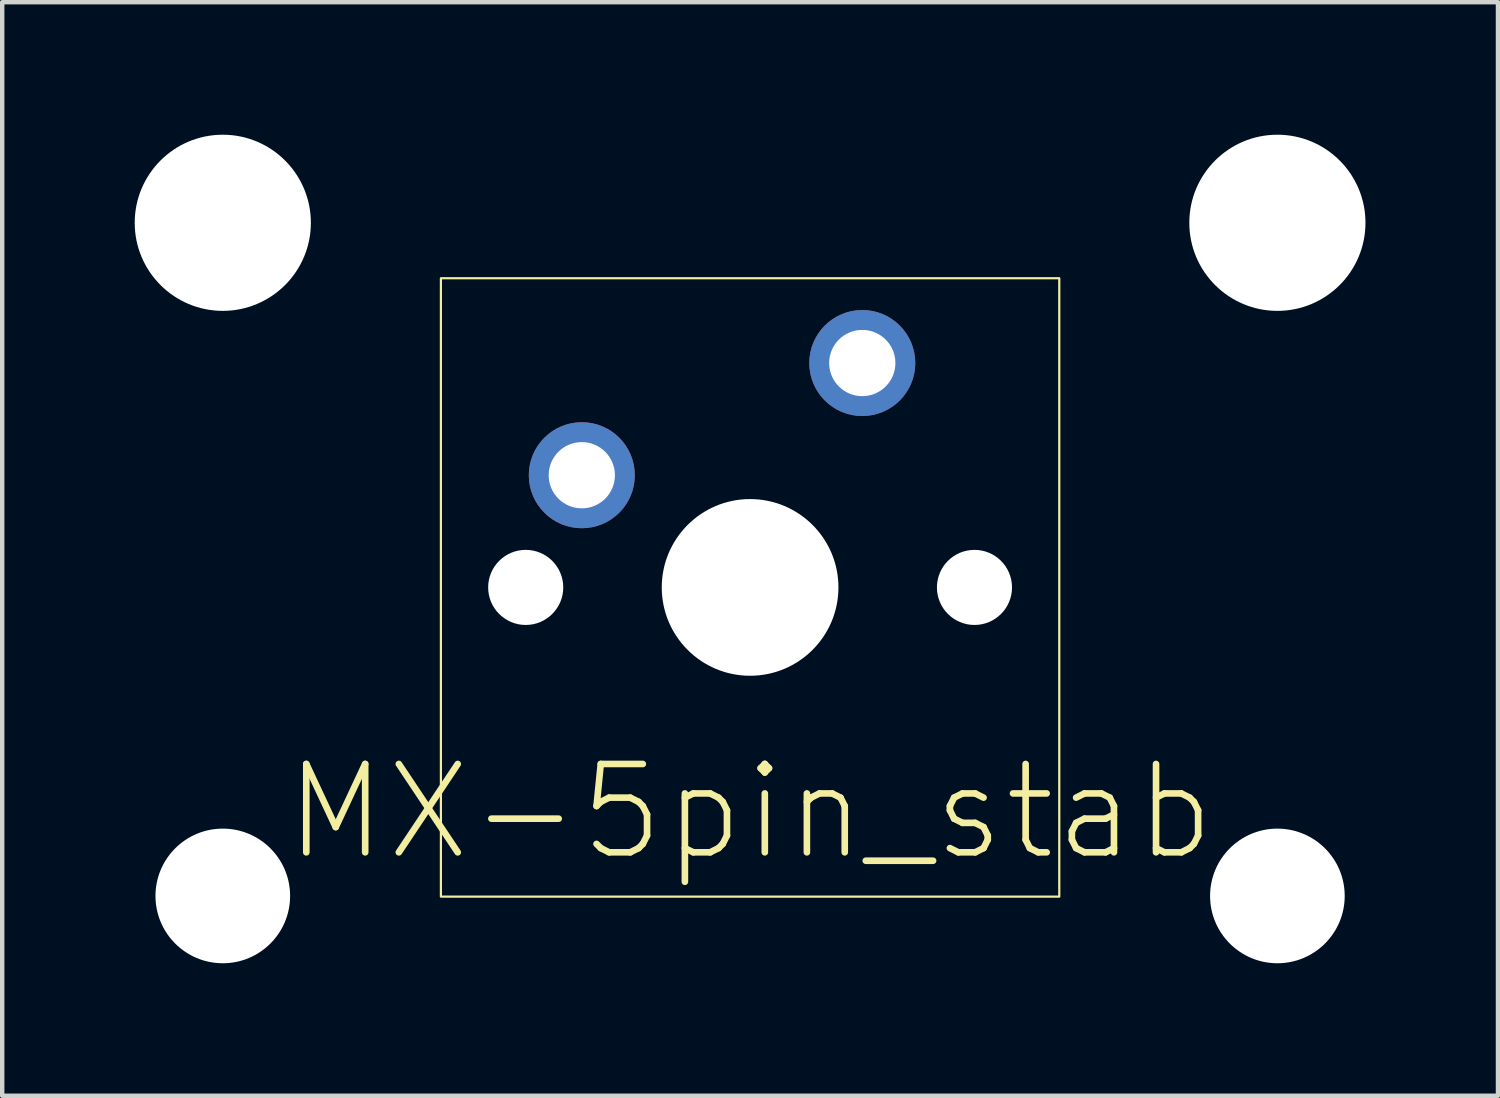
<source format=kicad_pcb>
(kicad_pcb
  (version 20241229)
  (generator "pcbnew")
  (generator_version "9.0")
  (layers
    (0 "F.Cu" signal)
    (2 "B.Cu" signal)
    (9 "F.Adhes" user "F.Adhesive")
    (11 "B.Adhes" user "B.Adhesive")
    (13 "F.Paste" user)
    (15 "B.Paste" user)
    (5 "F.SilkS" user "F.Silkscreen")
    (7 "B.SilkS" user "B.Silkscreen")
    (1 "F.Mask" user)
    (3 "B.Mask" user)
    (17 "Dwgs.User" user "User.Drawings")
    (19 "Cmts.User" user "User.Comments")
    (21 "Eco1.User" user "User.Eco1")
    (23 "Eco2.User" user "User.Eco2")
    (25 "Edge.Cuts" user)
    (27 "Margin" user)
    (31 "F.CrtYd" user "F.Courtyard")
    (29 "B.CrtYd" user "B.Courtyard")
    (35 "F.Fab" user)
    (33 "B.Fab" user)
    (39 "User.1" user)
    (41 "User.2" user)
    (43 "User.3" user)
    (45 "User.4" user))
  (footprint "MX-5pin_stab"
    (layer "F.Cu")
    (at 13.932 10.249)
    (property "Reference" "MX-5pin_stab" (at 0 5.08 0) (unlocked yes) (layer "F.SilkS") (effects (font (size 2 2) (thickness 0.15))))
    (attr through_hole)
    (fp_rect (start -7 -7) (end 7 7) (stroke (width 0.05) (type solid)) (fill no) (layer "F.SilkS"))
    (pad "" np_thru_hole circle (at -11.938 -8.255 180) (size 3.988 3.988) (drill 3.988) (layers "*.Cu" "*.Mask"))
    (pad "" np_thru_hole circle (at -11.938 6.985 180) (size 3.048 3.048) (drill 3.048) (layers "*.Cu" "*.Mask"))
    (pad "" np_thru_hole circle (at -5.08 0) (size 1.7 1.7) (drill 1.7) (layers "*.Cu" "*.Mask"))
    (pad "" np_thru_hole circle (at 0 0) (size 4 4) (drill 4) (layers "*.Cu" "*.Mask"))
    (pad "" np_thru_hole circle (at 5.08 0) (size 1.7 1.7) (drill 1.7) (layers "*.Cu" "*.Mask"))
    (pad "" np_thru_hole circle (at 11.938 -8.255 180) (size 3.988 3.988) (drill 3.988) (layers "*.Cu" "*.Mask"))
    (pad "" np_thru_hole circle (at 11.938 6.985 180) (size 3.048 3.048) (drill 3.048) (layers "*.Cu" "*.Mask"))
    (pad "1" thru_hole circle (at -3.81 -2.54) (size 2.4 2.4) (drill 1.5) (layers "*.Cu" "*.Mask"))
    (pad "2" thru_hole circle (at 2.54 -5.08) (size 2.4 2.4) (drill 1.5) (layers "*.Cu" "*.Mask")))
  (gr_rect
    (start -3 -3)
    (end 30.864 21.758)
    (stroke (width 0.1) (type default))
    (fill no)
    (layer "Edge.Cuts")))
</source>
